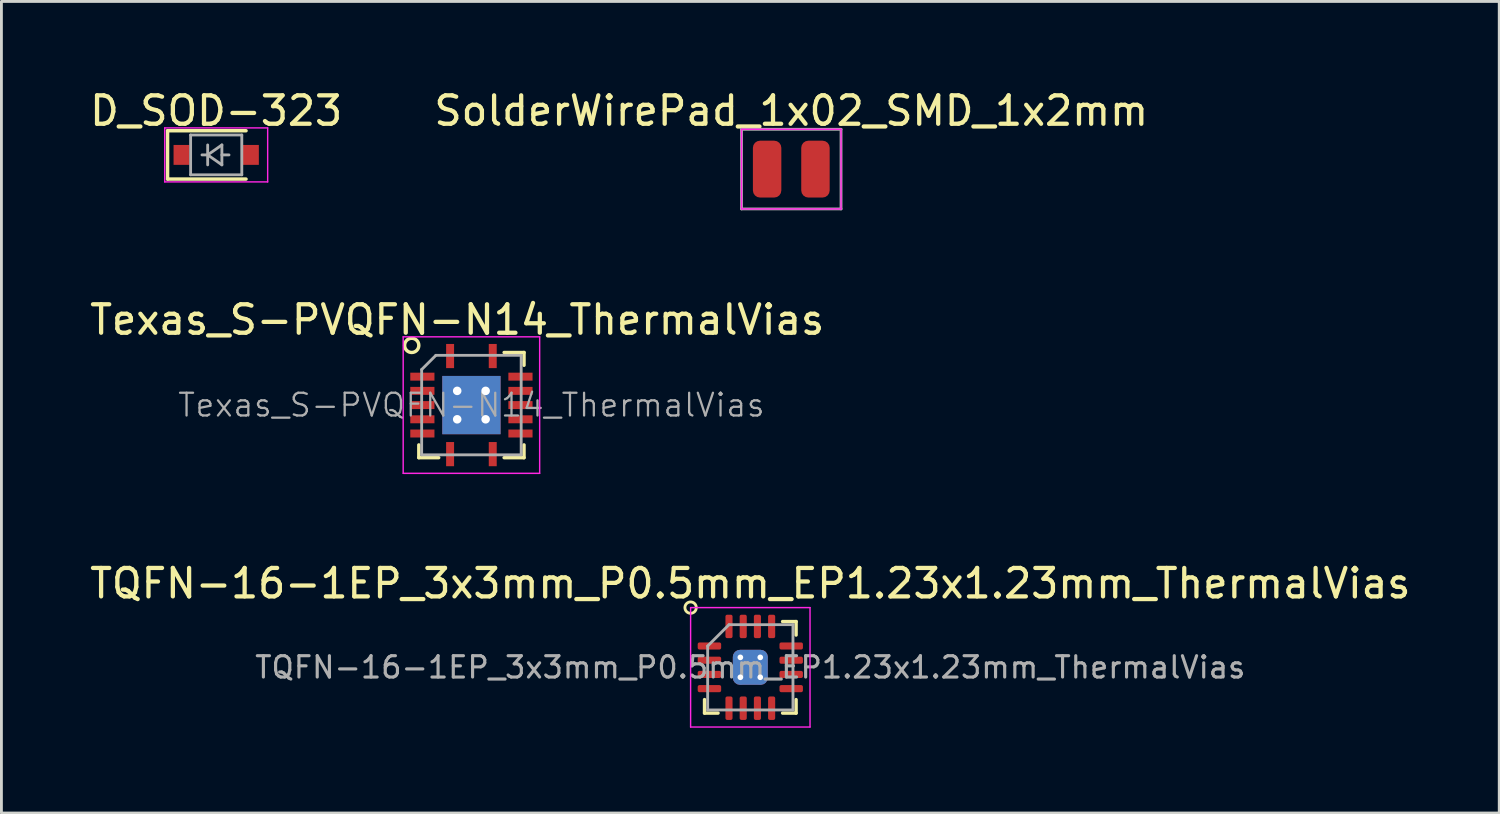
<source format=kicad_pcb>
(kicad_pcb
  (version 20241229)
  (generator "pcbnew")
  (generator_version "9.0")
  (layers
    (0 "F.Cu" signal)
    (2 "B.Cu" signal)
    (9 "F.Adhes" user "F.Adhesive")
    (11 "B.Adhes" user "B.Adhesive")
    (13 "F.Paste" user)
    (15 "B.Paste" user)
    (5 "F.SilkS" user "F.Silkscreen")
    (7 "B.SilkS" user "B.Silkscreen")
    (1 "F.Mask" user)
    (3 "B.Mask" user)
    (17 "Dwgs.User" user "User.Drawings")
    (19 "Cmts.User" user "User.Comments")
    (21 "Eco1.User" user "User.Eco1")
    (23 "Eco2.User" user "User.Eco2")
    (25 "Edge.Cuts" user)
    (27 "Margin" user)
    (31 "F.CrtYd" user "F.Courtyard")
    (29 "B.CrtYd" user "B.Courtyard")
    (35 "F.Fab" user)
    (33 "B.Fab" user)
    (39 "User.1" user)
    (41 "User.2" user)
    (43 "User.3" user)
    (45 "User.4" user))
  (footprint "Texas_S-PVQFN-N14_ThermalVias"
    (layer "F.Cu")
    (at 13.53 11.197)
    (property "Reference" "Texas_S-PVQFN-N14_ThermalVias" (at -0.5 -3 0) (layer "F.SilkS") (effects (font (size 1 1) (thickness 0.15))))
    (attr smd)
    (fp_line (start -1.85 1.4) (end -1.85 1.85) (stroke (width 0.12) (type solid)) (layer "F.SilkS"))
    (fp_line (start -1.85 1.85) (end -1.15 1.85) (stroke (width 0.12) (type solid)) (layer "F.SilkS"))
    (fp_line (start 1.15 -1.85) (end 1.85 -1.85) (stroke (width 0.12) (type solid)) (layer "F.SilkS"))
    (fp_line (start 1.15 1.85) (end 1.85 1.85) (stroke (width 0.12) (type solid)) (layer "F.SilkS"))
    (fp_line (start 1.85 -1.85) (end 1.85 -1.4) (stroke (width 0.12) (type solid)) (layer "F.SilkS"))
    (fp_line (start 1.85 1.4) (end 1.85 1.85) (stroke (width 0.12) (type solid)) (layer "F.SilkS"))
    (fp_circle (center -2.1 -2.1) (end -1.85 -2.1) (stroke (width 0.12) (type solid)) (fill no) (layer "F.SilkS"))
    (fp_line (start -2.4 -2.4) (end 2.4 -2.4) (stroke (width 0.05) (type solid)) (layer "F.CrtYd"))
    (fp_line (start -2.4 2.4) (end -2.4 -2.4) (stroke (width 0.05) (type solid)) (layer "F.CrtYd"))
    (fp_line (start 2.4 -2.4) (end 2.4 2.4) (stroke (width 0.05) (type solid)) (layer "F.CrtYd"))
    (fp_line (start 2.4 2.4) (end -2.4 2.4) (stroke (width 0.05) (type solid)) (layer "F.CrtYd"))
    (fp_line (start -1.75 1.75) (end -1.75 -1.25) (stroke (width 0.1) (type solid)) (layer "F.Fab"))
    (fp_line (start -1.25 -1.75) (end -1.75 -1.25) (stroke (width 0.1) (type solid)) (layer "F.Fab"))
    (fp_line (start -1.25 -1.75) (end 1.75 -1.75) (stroke (width 0.1) (type solid)) (layer "F.Fab"))
    (fp_line (start 1.75 -1.75) (end 1.75 1.75) (stroke (width 0.1) (type solid)) (layer "F.Fab"))
    (fp_line (start 1.75 1.75) (end -1.75 1.75) (stroke (width 0.1) (type solid)) (layer "F.Fab"))
    (fp_text user "${REFERENCE}" (at 0 0 0) (layer "F.Fab") (effects (font (size 0.8 0.8) (thickness 0.08))))
    (pad "" smd rect (at -0.56 -0.56 270) (size 0.82 0.82) (layers "F.Paste"))
    (pad "" smd rect (at -0.56 0.56 270) (size 0.82 0.82) (layers "F.Paste"))
    (pad "" smd rect (at 0.56 -0.56 270) (size 0.82 0.82) (layers "F.Paste"))
    (pad "" smd rect (at 0.56 0.56 270) (size 0.82 0.82) (layers "F.Paste"))
    (pad "1" smd rect (at -0.75 -1.725 270) (size 0.85 0.28) (layers "F.Cu" "F.Mask" "F.Paste"))
    (pad "2" smd rect (at -1.725 -1 270) (size 0.28 0.85) (layers "F.Cu" "F.Mask" "F.Paste"))
    (pad "3" smd rect (at -1.725 -0.5 270) (size 0.28 0.85) (layers "F.Cu" "F.Mask" "F.Paste"))
    (pad "4" smd rect (at -1.725 0 270) (size 0.28 0.85) (layers "F.Cu" "F.Mask" "F.Paste"))
    (pad "5" smd rect (at -1.725 0.5 270) (size 0.28 0.85) (layers "F.Cu" "F.Mask" "F.Paste"))
    (pad "6" smd rect (at -1.725 1 270) (size 0.28 0.85) (layers "F.Cu" "F.Mask" "F.Paste"))
    (pad "7" smd rect (at -0.75 1.725 270) (size 0.85 0.28) (layers "F.Cu" "F.Mask" "F.Paste"))
    (pad "8" smd rect (at 0.75 1.725 270) (size 0.85 0.28) (layers "F.Cu" "F.Mask" "F.Paste"))
    (pad "9" smd rect (at 1.725 1 270) (size 0.28 0.85) (layers "F.Cu" "F.Mask" "F.Paste"))
    (pad "10" smd rect (at 1.725 0.5 270) (size 0.28 0.85) (layers "F.Cu" "F.Mask" "F.Paste"))
    (pad "11" smd rect (at 1.725 0 270) (size 0.28 0.85) (layers "F.Cu" "F.Mask" "F.Paste"))
    (pad "12" smd rect (at 1.725 -0.5 270) (size 0.28 0.85) (layers "F.Cu" "F.Mask" "F.Paste"))
    (pad "13" smd rect (at 1.725 -1 270) (size 0.28 0.85) (layers "F.Cu" "F.Mask" "F.Paste"))
    (pad "14" smd rect (at 0.75 -1.725 270) (size 0.85 0.28) (layers "F.Cu" "F.Mask" "F.Paste"))
    (pad "15" thru_hole circle (at -0.5 -0.5 270) (size 0.6 0.6) (drill 0.3) (layers "*.Cu"))
    (pad "15" thru_hole circle (at -0.5 0.5 270) (size 0.6 0.6) (drill 0.3) (layers "*.Cu"))
    (pad "15" smd rect (at 0 0 270) (size 2.05 2.05) (layers "F.Cu" "F.Mask"))
    (pad "15" smd rect (at 0 0 270) (size 2.05 2.05) (layers "B.Cu"))
    (pad "15" thru_hole circle (at 0.5 -0.5 270) (size 0.6 0.6) (drill 0.3) (layers "*.Cu"))
    (pad "15" thru_hole circle (at 0.5 0.5 270) (size 0.6 0.6) (drill 0.3) (layers "*.Cu")))
  (footprint "D_SOD-323"
    (layer "F.Cu")
    (at 4.554 2.398)
    (property "Reference" "D_SOD-323" (at 0 -1.55 0) (layer "F.SilkS") (effects (font (size 1 1) (thickness 0.15))))
    (attr through_hole)
    (fp_line (start -1.71 -0.85) (end -1.71 0.85) (stroke (width 0.12) (type solid)) (layer "F.SilkS"))
    (fp_line (start -1.71 -0.85) (end 1.05 -0.85) (stroke (width 0.12) (type solid)) (layer "F.SilkS"))
    (fp_line (start -1.71 0.85) (end 1.05 0.85) (stroke (width 0.12) (type solid)) (layer "F.SilkS"))
    (fp_line (start -1.81 -0.95) (end -1.81 0.95) (stroke (width 0.05) (type solid)) (layer "F.CrtYd"))
    (fp_line (start -1.81 -0.95) (end 1.81 -0.95) (stroke (width 0.05) (type solid)) (layer "F.CrtYd"))
    (fp_line (start -1.81 0.95) (end 1.81 0.95) (stroke (width 0.05) (type solid)) (layer "F.CrtYd"))
    (fp_line (start 1.81 -0.95) (end 1.81 0.95) (stroke (width 0.05) (type solid)) (layer "F.CrtYd"))
    (fp_line (start -0.9 -0.7) (end 0.9 -0.7) (stroke (width 0.1) (type solid)) (layer "F.Fab"))
    (fp_line (start -0.9 0.7) (end -0.9 -0.7) (stroke (width 0.1) (type solid)) (layer "F.Fab"))
    (fp_line (start -0.3 -0.35) (end -0.3 0.35) (stroke (width 0.1) (type solid)) (layer "F.Fab"))
    (fp_line (start -0.3 0) (end -0.5 0) (stroke (width 0.1) (type solid)) (layer "F.Fab"))
    (fp_line (start -0.3 0) (end 0.2 -0.35) (stroke (width 0.1) (type solid)) (layer "F.Fab"))
    (fp_line (start 0.2 -0.35) (end 0.2 0.35) (stroke (width 0.1) (type solid)) (layer "F.Fab"))
    (fp_line (start 0.2 0) (end 0.45 0) (stroke (width 0.1) (type solid)) (layer "F.Fab"))
    (fp_line (start 0.2 0.35) (end -0.3 0) (stroke (width 0.1) (type solid)) (layer "F.Fab"))
    (fp_line (start 0.9 -0.7) (end 0.9 0.7) (stroke (width 0.1) (type solid)) (layer "F.Fab"))
    (fp_line (start 0.9 0.7) (end -0.9 0.7) (stroke (width 0.1) (type solid)) (layer "F.Fab"))
    (pad "1" smd rect (at -1.22 0) (size 0.56 0.7) (layers "F.Cu" "F.Mask" "F.Paste"))
    (pad "2" smd rect (at 1.22 0) (size 0.56 0.7) (layers "F.Cu" "F.Mask" "F.Paste")))
  (footprint "SolderWirePad_1x02_SMD_1x2mm"
    (layer "F.Cu")
    (at 24.78 2.898)
    (property "Reference" "SolderWirePad_1x02_SMD_1x2mm" (at 0 -2.05 0) (layer "F.SilkS") (effects (font (size 1 1) (thickness 0.15))))
    (attr through_hole)
    (fp_line (start -1.75 -1.4) (end -1.75 1.4) (stroke (width 0.05) (type solid)) (layer "F.CrtYd"))
    (fp_line (start -1.75 1.4) (end 1.75 1.4) (stroke (width 0.05) (type solid)) (layer "F.CrtYd"))
    (fp_line (start 1.75 -1.4) (end -1.75 -1.4) (stroke (width 0.05) (type solid)) (layer "F.CrtYd"))
    (fp_line (start 1.75 1.4) (end 1.75 -1.4) (stroke (width 0.05) (type solid)) (layer "F.CrtYd"))
    (fp_line (start -1.75 -1.4) (end 1.75 -1.4) (stroke (width 0.1) (type solid)) (layer "F.Fab"))
    (fp_line (start -1.75 1.4) (end -1.75 -1.4) (stroke (width 0.1) (type solid)) (layer "F.Fab"))
    (fp_line (start 1.75 -1.4) (end 1.75 1.4) (stroke (width 0.1) (type solid)) (layer "F.Fab"))
    (fp_line (start 1.75 1.4) (end -1.75 1.4) (stroke (width 0.1) (type solid)) (layer "F.Fab"))
    (pad "1" smd roundrect (at -0.85 0) (size 1 2) (layers "F.Cu" "F.Mask" "F.Paste") (roundrect_rratio 0.25))
    (pad "2" smd roundrect (at 0.85 0) (size 1 2) (layers "F.Cu" "F.Mask" "F.Paste") (roundrect_rratio 0.25)))
  (footprint "TQFN-16-1EP_3x3mm_P0.5mm_EP1.23x1.23mm_ThermalVias"
    (layer "F.Cu")
    (at 23.339 20.42)
    (property "Reference" "TQFN-16-1EP_3x3mm_P0.5mm_EP1.23x1.23mm_ThermalVias" (at 0 -2.95 0) (layer "F.SilkS") (effects (font (size 1 1) (thickness 0.15))))
    (attr smd)
    (fp_line (start -1.61 1.61) (end -1.61 1.135) (stroke (width 0.12) (type solid)) (layer "F.SilkS"))
    (fp_line (start -1.135 1.61) (end -1.61 1.61) (stroke (width 0.12) (type solid)) (layer "F.SilkS"))
    (fp_line (start 1.135 -1.61) (end 1.61 -1.61) (stroke (width 0.12) (type solid)) (layer "F.SilkS"))
    (fp_line (start 1.135 1.61) (end 1.61 1.61) (stroke (width 0.12) (type solid)) (layer "F.SilkS"))
    (fp_line (start 1.61 -1.61) (end 1.61 -1.135) (stroke (width 0.12) (type solid)) (layer "F.SilkS"))
    (fp_line (start 1.61 1.61) (end 1.61 1.135) (stroke (width 0.12) (type solid)) (layer "F.SilkS"))
    (fp_circle (center -2.1 -2.1) (end -1.9 -2.1) (stroke (width 0.1) (type solid)) (fill no) (layer "F.SilkS"))
    (fp_line (start -2.1 -2.1) (end -2.1 2.1) (stroke (width 0.05) (type solid)) (layer "F.CrtYd"))
    (fp_line (start -2.1 2.1) (end 2.1 2.1) (stroke (width 0.05) (type solid)) (layer "F.CrtYd"))
    (fp_line (start 2.1 -2.1) (end -2.1 -2.1) (stroke (width 0.05) (type solid)) (layer "F.CrtYd"))
    (fp_line (start 2.1 2.1) (end 2.1 -2.1) (stroke (width 0.05) (type solid)) (layer "F.CrtYd"))
    (fp_line (start -1.5 -0.75) (end -0.75 -1.5) (stroke (width 0.1) (type solid)) (layer "F.Fab"))
    (fp_line (start -1.5 1.5) (end -1.5 -0.75) (stroke (width 0.1) (type solid)) (layer "F.Fab"))
    (fp_line (start -0.75 -1.5) (end 1.5 -1.5) (stroke (width 0.1) (type solid)) (layer "F.Fab"))
    (fp_line (start 1.5 -1.5) (end 1.5 1.5) (stroke (width 0.1) (type solid)) (layer "F.Fab"))
    (fp_line (start 1.5 1.5) (end -1.5 1.5) (stroke (width 0.1) (type solid)) (layer "F.Fab"))
    (fp_text user "${REFERENCE}" (at 0 0 0) (layer "F.Fab") (effects (font (size 0.75 0.75) (thickness 0.11))))
    (pad "" smd roundrect (at -0.31 -0.31) (size 0.5 0.5) (layers "F.Paste") (roundrect_rratio 0.25))
    (pad "" smd roundrect (at -0.31 0.31) (size 0.5 0.5) (layers "F.Paste") (roundrect_rratio 0.25))
    (pad "" smd roundrect (at 0.31 -0.31) (size 0.5 0.5) (layers "F.Paste") (roundrect_rratio 0.25))
    (pad "" smd roundrect (at 0.31 0.31) (size 0.5 0.5) (layers "F.Paste") (roundrect_rratio 0.25))
    (pad "1" smd roundrect (at -1.438 -0.75) (size 0.825 0.25) (layers "F.Cu" "F.Mask" "F.Paste") (roundrect_rratio 0.25))
    (pad "2" smd roundrect (at -1.438 -0.25) (size 0.825 0.25) (layers "F.Cu" "F.Mask" "F.Paste") (roundrect_rratio 0.25))
    (pad "3" smd roundrect (at -1.438 0.25) (size 0.825 0.25) (layers "F.Cu" "F.Mask" "F.Paste") (roundrect_rratio 0.25))
    (pad "4" smd roundrect (at -1.438 0.75) (size 0.825 0.25) (layers "F.Cu" "F.Mask" "F.Paste") (roundrect_rratio 0.25))
    (pad "5" smd roundrect (at -0.75 1.438) (size 0.25 0.825) (layers "F.Cu" "F.Mask" "F.Paste") (roundrect_rratio 0.25))
    (pad "6" smd roundrect (at -0.25 1.438) (size 0.25 0.825) (layers "F.Cu" "F.Mask" "F.Paste") (roundrect_rratio 0.25))
    (pad "7" smd roundrect (at 0.25 1.438) (size 0.25 0.825) (layers "F.Cu" "F.Mask" "F.Paste") (roundrect_rratio 0.25))
    (pad "8" smd roundrect (at 0.75 1.438) (size 0.25 0.825) (layers "F.Cu" "F.Mask" "F.Paste") (roundrect_rratio 0.25))
    (pad "9" smd roundrect (at 1.438 0.75) (size 0.825 0.25) (layers "F.Cu" "F.Mask" "F.Paste") (roundrect_rratio 0.25))
    (pad "10" smd roundrect (at 1.438 0.25) (size 0.825 0.25) (layers "F.Cu" "F.Mask" "F.Paste") (roundrect_rratio 0.25))
    (pad "11" smd roundrect (at 1.438 -0.25) (size 0.825 0.25) (layers "F.Cu" "F.Mask" "F.Paste") (roundrect_rratio 0.25))
    (pad "12" smd roundrect (at 1.438 -0.75) (size 0.825 0.25) (layers "F.Cu" "F.Mask" "F.Paste") (roundrect_rratio 0.25))
    (pad "13" smd roundrect (at 0.75 -1.438) (size 0.25 0.825) (layers "F.Cu" "F.Mask" "F.Paste") (roundrect_rratio 0.25))
    (pad "14" smd roundrect (at 0.25 -1.438) (size 0.25 0.825) (layers "F.Cu" "F.Mask" "F.Paste") (roundrect_rratio 0.25))
    (pad "15" smd roundrect (at -0.25 -1.438) (size 0.25 0.825) (layers "F.Cu" "F.Mask" "F.Paste") (roundrect_rratio 0.25))
    (pad "16" smd roundrect (at -0.75 -1.438) (size 0.25 0.825) (layers "F.Cu" "F.Mask" "F.Paste") (roundrect_rratio 0.25))
    (pad "17" thru_hole circle (at -0.35 -0.35) (size 0.5 0.5) (drill 0.2) (layers "*.Cu"))
    (pad "17" thru_hole circle (at -0.35 0.35) (size 0.5 0.5) (drill 0.2) (layers "*.Cu"))
    (pad "17" smd roundrect (at 0 0) (size 1.23 1.23) (layers "F.Cu" "F.Mask") (roundrect_rratio 0.203))
    (pad "17" smd roundrect (at 0 0) (size 1.23 1.23) (layers "B.Cu") (roundrect_rratio 0.203))
    (pad "17" thru_hole circle (at 0.35 -0.35) (size 0.5 0.5) (drill 0.2) (layers "*.Cu"))
    (pad "17" thru_hole circle (at 0.35 0.35) (size 0.5 0.5) (drill 0.2) (layers "*.Cu")))
  (gr_rect
    (start -3 -3)
    (end 49.679 25.545)
    (stroke (width 0.1) (type default))
    (fill no)
    (layer "Edge.Cuts")))
</source>
